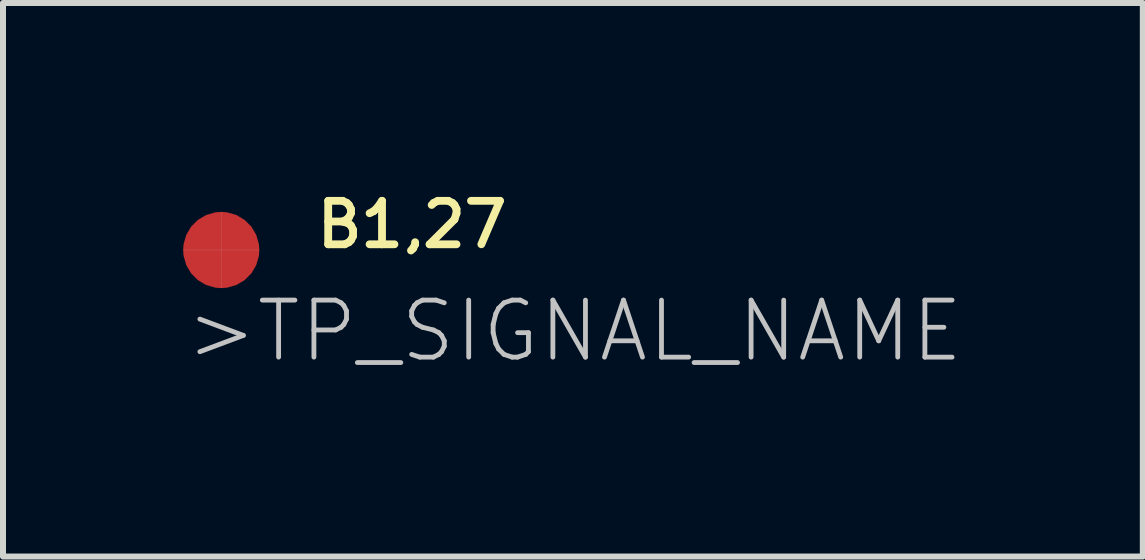
<source format=kicad_pcb>
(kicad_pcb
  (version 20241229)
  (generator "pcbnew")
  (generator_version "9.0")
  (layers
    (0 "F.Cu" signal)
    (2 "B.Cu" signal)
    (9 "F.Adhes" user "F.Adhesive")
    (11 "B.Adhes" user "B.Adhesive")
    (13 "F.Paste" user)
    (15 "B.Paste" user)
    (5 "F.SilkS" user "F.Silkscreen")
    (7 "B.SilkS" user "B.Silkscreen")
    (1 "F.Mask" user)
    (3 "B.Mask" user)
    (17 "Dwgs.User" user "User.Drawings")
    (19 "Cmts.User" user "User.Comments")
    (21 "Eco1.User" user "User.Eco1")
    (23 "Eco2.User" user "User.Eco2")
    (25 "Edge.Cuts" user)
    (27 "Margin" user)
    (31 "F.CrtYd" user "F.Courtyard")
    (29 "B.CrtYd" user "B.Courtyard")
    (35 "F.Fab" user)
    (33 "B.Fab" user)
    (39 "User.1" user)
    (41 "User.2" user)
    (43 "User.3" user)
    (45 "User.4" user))
  (footprint "B1,27"
    (layer "F.Cu")
    (at 0.636 1.115)
    (property "Reference" "B1,27" (at 1.524 0 180) (layer "F.SilkS") (effects (font (size 0.724 0.724) (thickness 0.13)) (justify left bottom)))
    (attr through_hole)
    (fp_line (start -0.635 0) (end 0.635 0) (stroke (width 0.002) (type solid)) (layer "Dwgs.User"))
    (fp_line (start 0 -0.635) (end 0 0.635) (stroke (width 0.002) (type solid)) (layer "Dwgs.User"))
    (fp_text user ">TP_SIGNAL_NAME" (at -0.635 1.905 0) (layer "Dwgs.User") (effects (font (size 0.95 0.95) (thickness 0.08)) (justify left bottom)))
    (pad "TP" smd roundrect (at 0 0) (size 1.27 1.27) (layers "F.Cu" "F.Mask") (roundrect_rratio 0.5)))
  (gr_rect
    (start -3 -3)
    (end 15.989 6.222)
    (stroke (width 0.1) (type default))
    (fill no)
    (layer "Edge.Cuts")))
</source>
